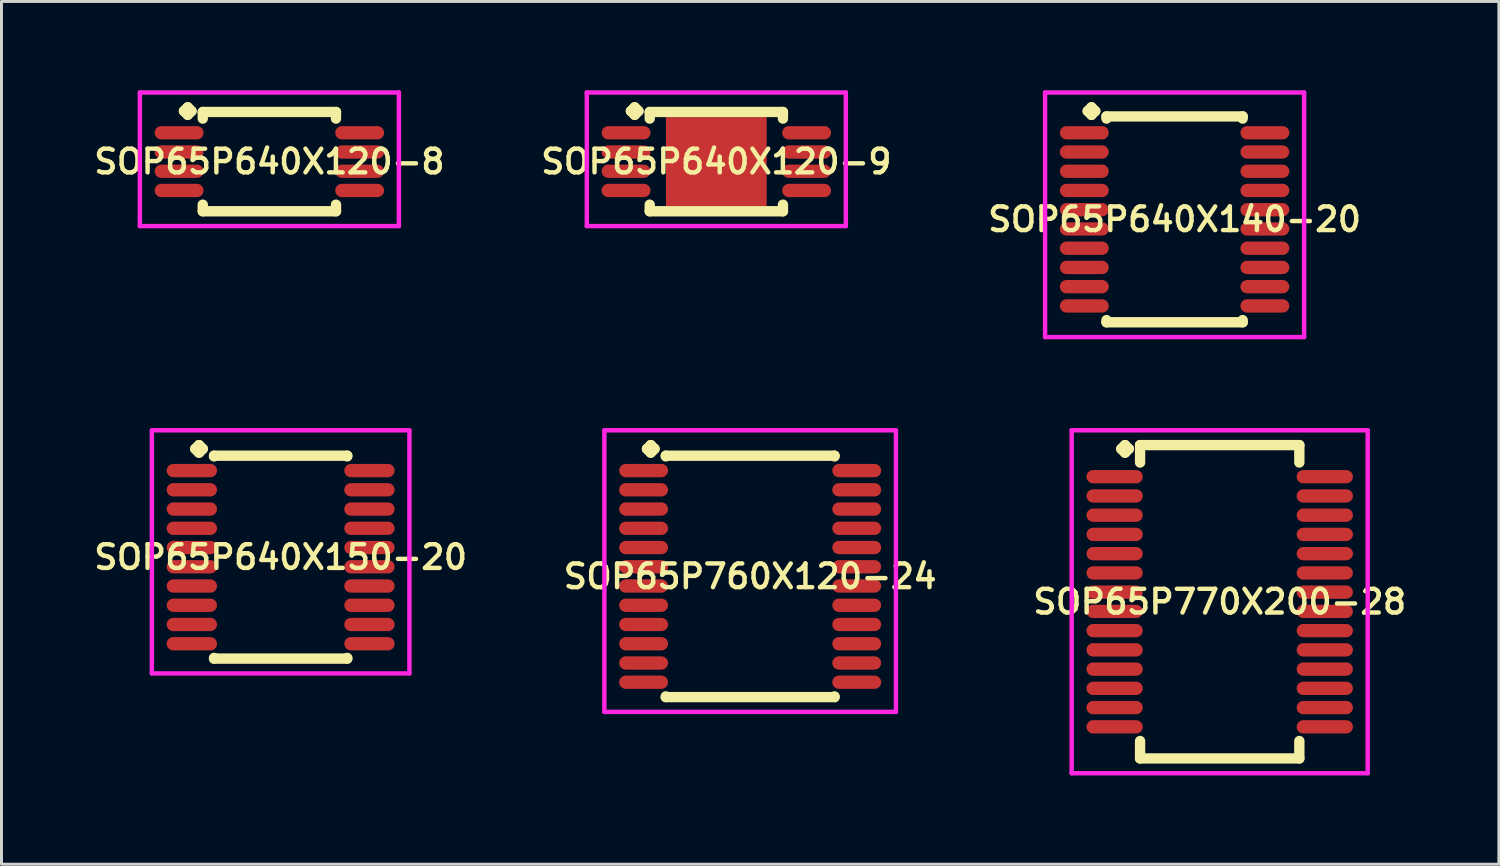
<source format=kicad_pcb>
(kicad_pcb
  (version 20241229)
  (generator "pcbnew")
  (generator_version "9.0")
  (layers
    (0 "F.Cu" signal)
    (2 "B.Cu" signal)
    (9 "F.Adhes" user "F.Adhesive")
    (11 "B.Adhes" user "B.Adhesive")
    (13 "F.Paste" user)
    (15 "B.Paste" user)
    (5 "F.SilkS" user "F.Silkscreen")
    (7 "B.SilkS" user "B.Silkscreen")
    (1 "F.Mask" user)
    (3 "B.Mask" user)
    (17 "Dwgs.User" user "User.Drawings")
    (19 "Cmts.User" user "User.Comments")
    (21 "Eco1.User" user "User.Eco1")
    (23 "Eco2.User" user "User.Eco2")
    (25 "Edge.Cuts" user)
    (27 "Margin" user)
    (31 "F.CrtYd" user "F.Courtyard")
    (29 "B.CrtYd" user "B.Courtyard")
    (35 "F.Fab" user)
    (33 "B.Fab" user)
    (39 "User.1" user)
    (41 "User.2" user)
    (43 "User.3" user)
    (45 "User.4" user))
  (footprint "SOP65P640X120-9"
    (layer "F.Cu")
    (at 21.149 2.41)
    (property "Reference" "SOP65P640X120-9" (at 0 0 0) (layer "F.SilkS") (effects (font (size 0.8 0.8) (thickness 0.15))))
    (attr smd)
    (fp_line (start -2.885 -1.708) (end -2.758 -1.835) (stroke (width 0.35) (type solid)) (layer "F.SilkS"))
    (fp_line (start -2.758 -1.835) (end -2.631 -1.708) (stroke (width 0.35) (type solid)) (layer "F.SilkS"))
    (fp_line (start -2.758 -1.581) (end -2.885 -1.708) (stroke (width 0.35) (type solid)) (layer "F.SilkS"))
    (fp_line (start -2.631 -1.708) (end -2.758 -1.581) (stroke (width 0.35) (type solid)) (layer "F.SilkS"))
    (fp_line (start -2.25 -1.677) (end 2.25 -1.677) (stroke (width 0.35) (type solid)) (layer "F.SilkS"))
    (fp_line (start -2.25 -1.454) (end -2.25 -1.677) (stroke (width 0.35) (type solid)) (layer "F.SilkS"))
    (fp_line (start -2.25 1.454) (end -2.25 1.677) (stroke (width 0.35) (type solid)) (layer "F.SilkS"))
    (fp_line (start -2.25 1.677) (end 2.25 1.677) (stroke (width 0.35) (type solid)) (layer "F.SilkS"))
    (fp_line (start 2.25 -1.677) (end 2.25 -1.454) (stroke (width 0.35) (type solid)) (layer "F.SilkS"))
    (fp_line (start 2.25 1.677) (end 2.25 1.454) (stroke (width 0.35) (type solid)) (layer "F.SilkS"))
    (fp_line (start -4.375 -2.335) (end 4.375 -2.335) (stroke (width 0.15) (type solid)) (layer "F.CrtYd"))
    (fp_line (start -4.375 2.177) (end -4.375 -2.335) (stroke (width 0.15) (type solid)) (layer "F.CrtYd"))
    (fp_line (start 4.375 -2.335) (end 4.375 2.177) (stroke (width 0.15) (type solid)) (layer "F.CrtYd"))
    (fp_line (start 4.375 2.177) (end -4.375 2.177) (stroke (width 0.15) (type solid)) (layer "F.CrtYd"))
    (pad "1" smd oval (at -3.05 -0.975) (size 1.65 0.45) (layers "F.Cu" "F.Mask" "F.Paste"))
    (pad "2" smd oval (at -3.05 -0.325) (size 1.65 0.45) (layers "F.Cu" "F.Mask" "F.Paste"))
    (pad "3" smd oval (at -3.05 0.325) (size 1.65 0.45) (layers "F.Cu" "F.Mask" "F.Paste"))
    (pad "4" smd oval (at -3.05 0.975) (size 1.65 0.45) (layers "F.Cu" "F.Mask" "F.Paste"))
    (pad "5" smd oval (at 3.05 0.975) (size 1.65 0.45) (layers "F.Cu" "F.Mask" "F.Paste"))
    (pad "6" smd oval (at 3.05 0.325) (size 1.65 0.45) (layers "F.Cu" "F.Mask" "F.Paste"))
    (pad "7" smd oval (at 3.05 -0.325) (size 1.65 0.45) (layers "F.Cu" "F.Mask" "F.Paste"))
    (pad "8" smd oval (at 3.05 -0.975) (size 1.65 0.45) (layers "F.Cu" "F.Mask" "F.Paste"))
    (pad "9" smd rect (at 0 0) (size 3.4 3) (layers "F.Cu" "F.Mask" "F.Paste")))
  (footprint "SOP65P640X120-8"
    (layer "F.Cu")
    (at 6.05 2.41)
    (property "Reference" "SOP65P640X120-8" (at 0 0 0) (layer "F.SilkS") (effects (font (size 0.8 0.8) (thickness 0.15))))
    (attr through_hole)
    (fp_line (start -2.885 -1.708) (end -2.758 -1.835) (stroke (width 0.35) (type solid)) (layer "F.SilkS"))
    (fp_line (start -2.758 -1.835) (end -2.631 -1.708) (stroke (width 0.35) (type solid)) (layer "F.SilkS"))
    (fp_line (start -2.758 -1.581) (end -2.885 -1.708) (stroke (width 0.35) (type solid)) (layer "F.SilkS"))
    (fp_line (start -2.631 -1.708) (end -2.758 -1.581) (stroke (width 0.35) (type solid)) (layer "F.SilkS"))
    (fp_line (start -2.25 -1.677) (end 2.25 -1.677) (stroke (width 0.35) (type solid)) (layer "F.SilkS"))
    (fp_line (start -2.25 -1.454) (end -2.25 -1.677) (stroke (width 0.35) (type solid)) (layer "F.SilkS"))
    (fp_line (start -2.25 1.454) (end -2.25 1.677) (stroke (width 0.35) (type solid)) (layer "F.SilkS"))
    (fp_line (start -2.25 1.677) (end 2.25 1.677) (stroke (width 0.35) (type solid)) (layer "F.SilkS"))
    (fp_line (start 2.25 -1.677) (end 2.25 -1.454) (stroke (width 0.35) (type solid)) (layer "F.SilkS"))
    (fp_line (start 2.25 1.677) (end 2.25 1.454) (stroke (width 0.35) (type solid)) (layer "F.SilkS"))
    (fp_line (start -4.375 -2.335) (end 4.375 -2.335) (stroke (width 0.15) (type solid)) (layer "F.CrtYd"))
    (fp_line (start -4.375 2.177) (end -4.375 -2.335) (stroke (width 0.15) (type solid)) (layer "F.CrtYd"))
    (fp_line (start 4.375 -2.335) (end 4.375 2.177) (stroke (width 0.15) (type solid)) (layer "F.CrtYd"))
    (fp_line (start 4.375 2.177) (end -4.375 2.177) (stroke (width 0.15) (type solid)) (layer "F.CrtYd"))
    (pad "1" smd oval (at -3.05 -0.975) (size 1.65 0.45) (layers "F.Cu" "F.Mask" "F.Paste"))
    (pad "2" smd oval (at -3.05 -0.325) (size 1.65 0.45) (layers "F.Cu" "F.Mask" "F.Paste"))
    (pad "3" smd oval (at -3.05 0.325) (size 1.65 0.45) (layers "F.Cu" "F.Mask" "F.Paste"))
    (pad "4" smd oval (at -3.05 0.975) (size 1.65 0.45) (layers "F.Cu" "F.Mask" "F.Paste"))
    (pad "5" smd oval (at 3.05 0.975) (size 1.65 0.45) (layers "F.Cu" "F.Mask" "F.Paste"))
    (pad "6" smd oval (at 3.05 0.325) (size 1.65 0.45) (layers "F.Cu" "F.Mask" "F.Paste"))
    (pad "7" smd oval (at 3.05 -0.325) (size 1.65 0.45) (layers "F.Cu" "F.Mask" "F.Paste"))
    (pad "8" smd oval (at 3.05 -0.975) (size 1.65 0.45) (layers "F.Cu" "F.Mask" "F.Paste")))
  (footprint "SOP65P640X150-20"
    (layer "F.Cu")
    (at 6.431 15.772)
    (property "Reference" "SOP65P640X150-20" (at 0 0 0) (layer "F.SilkS") (effects (font (size 0.8 0.8) (thickness 0.15))))
    (attr through_hole)
    (fp_line (start -2.885 -3.658) (end -2.758 -3.785) (stroke (width 0.35) (type solid)) (layer "F.SilkS"))
    (fp_line (start -2.758 -3.785) (end -2.631 -3.658) (stroke (width 0.35) (type solid)) (layer "F.SilkS"))
    (fp_line (start -2.758 -3.531) (end -2.885 -3.658) (stroke (width 0.35) (type solid)) (layer "F.SilkS"))
    (fp_line (start -2.631 -3.658) (end -2.758 -3.531) (stroke (width 0.35) (type solid)) (layer "F.SilkS"))
    (fp_line (start -2.25 -3.427) (end 2.25 -3.427) (stroke (width 0.35) (type solid)) (layer "F.SilkS"))
    (fp_line (start -2.25 -3.404) (end -2.25 -3.427) (stroke (width 0.35) (type solid)) (layer "F.SilkS"))
    (fp_line (start -2.25 3.404) (end -2.25 3.427) (stroke (width 0.35) (type solid)) (layer "F.SilkS"))
    (fp_line (start -2.25 3.427) (end 2.25 3.427) (stroke (width 0.35) (type solid)) (layer "F.SilkS"))
    (fp_line (start 2.25 -3.427) (end 2.25 -3.404) (stroke (width 0.35) (type solid)) (layer "F.SilkS"))
    (fp_line (start 2.25 3.427) (end 2.25 3.404) (stroke (width 0.35) (type solid)) (layer "F.SilkS"))
    (fp_line (start -4.35 -4.285) (end 4.35 -4.285) (stroke (width 0.15) (type solid)) (layer "F.CrtYd"))
    (fp_line (start -4.35 3.927) (end -4.35 -4.285) (stroke (width 0.15) (type solid)) (layer "F.CrtYd"))
    (fp_line (start 4.35 -4.285) (end 4.35 3.927) (stroke (width 0.15) (type solid)) (layer "F.CrtYd"))
    (fp_line (start 4.35 3.927) (end -4.35 3.927) (stroke (width 0.15) (type solid)) (layer "F.CrtYd"))
    (pad "1" smd oval (at -3 -2.925) (size 1.7 0.45) (layers "F.Cu" "F.Mask" "F.Paste"))
    (pad "2" smd oval (at -3 -2.275) (size 1.7 0.45) (layers "F.Cu" "F.Mask" "F.Paste"))
    (pad "3" smd oval (at -3 -1.625) (size 1.7 0.45) (layers "F.Cu" "F.Mask" "F.Paste"))
    (pad "4" smd oval (at -3 -0.975) (size 1.7 0.45) (layers "F.Cu" "F.Mask" "F.Paste"))
    (pad "5" smd oval (at -3 -0.325) (size 1.7 0.45) (layers "F.Cu" "F.Mask" "F.Paste"))
    (pad "6" smd oval (at -3 0.325) (size 1.7 0.45) (layers "F.Cu" "F.Mask" "F.Paste"))
    (pad "7" smd oval (at -3 0.975) (size 1.7 0.45) (layers "F.Cu" "F.Mask" "F.Paste"))
    (pad "8" smd oval (at -3 1.625) (size 1.7 0.45) (layers "F.Cu" "F.Mask" "F.Paste"))
    (pad "9" smd oval (at -3 2.275) (size 1.7 0.45) (layers "F.Cu" "F.Mask" "F.Paste"))
    (pad "10" smd oval (at -3 2.925) (size 1.7 0.45) (layers "F.Cu" "F.Mask" "F.Paste"))
    (pad "11" smd oval (at 3 2.925) (size 1.7 0.45) (layers "F.Cu" "F.Mask" "F.Paste"))
    (pad "12" smd oval (at 3 2.275) (size 1.7 0.45) (layers "F.Cu" "F.Mask" "F.Paste"))
    (pad "13" smd oval (at 3 1.625) (size 1.7 0.45) (layers "F.Cu" "F.Mask" "F.Paste"))
    (pad "14" smd oval (at 3 0.975) (size 1.7 0.45) (layers "F.Cu" "F.Mask" "F.Paste"))
    (pad "15" smd oval (at 3 0.325) (size 1.7 0.45) (layers "F.Cu" "F.Mask" "F.Paste"))
    (pad "16" smd oval (at 3 -0.325) (size 1.7 0.45) (layers "F.Cu" "F.Mask" "F.Paste"))
    (pad "17" smd oval (at 3 -0.975) (size 1.7 0.45) (layers "F.Cu" "F.Mask" "F.Paste"))
    (pad "18" smd oval (at 3 -1.625) (size 1.7 0.45) (layers "F.Cu" "F.Mask" "F.Paste"))
    (pad "19" smd oval (at 3 -2.275) (size 1.7 0.45) (layers "F.Cu" "F.Mask" "F.Paste"))
    (pad "20" smd oval (at 3 -2.925) (size 1.7 0.45) (layers "F.Cu" "F.Mask" "F.Paste")))
  (footprint "SOP65P760X120-24"
    (layer "F.Cu")
    (at 22.292 16.422)
    (property "Reference" "SOP65P760X120-24" (at 0 0 0) (layer "F.SilkS") (effects (font (size 0.8 0.8) (thickness 0.15))))
    (attr smd)
    (fp_line (start -3.485 -4.308) (end -3.358 -4.435) (stroke (width 0.35) (type solid)) (layer "F.SilkS"))
    (fp_line (start -3.358 -4.435) (end -3.231 -4.308) (stroke (width 0.35) (type solid)) (layer "F.SilkS"))
    (fp_line (start -3.358 -4.181) (end -3.485 -4.308) (stroke (width 0.35) (type solid)) (layer "F.SilkS"))
    (fp_line (start -3.231 -4.308) (end -3.358 -4.181) (stroke (width 0.35) (type solid)) (layer "F.SilkS"))
    (fp_line (start -2.85 -4.077) (end 2.85 -4.077) (stroke (width 0.35) (type solid)) (layer "F.SilkS"))
    (fp_line (start -2.85 -4.054) (end -2.85 -4.077) (stroke (width 0.35) (type solid)) (layer "F.SilkS"))
    (fp_line (start -2.85 4.054) (end -2.85 4.077) (stroke (width 0.35) (type solid)) (layer "F.SilkS"))
    (fp_line (start -2.85 4.077) (end 2.85 4.077) (stroke (width 0.35) (type solid)) (layer "F.SilkS"))
    (fp_line (start 2.85 -4.077) (end 2.85 -4.054) (stroke (width 0.35) (type solid)) (layer "F.SilkS"))
    (fp_line (start 2.85 4.077) (end 2.85 4.054) (stroke (width 0.35) (type solid)) (layer "F.SilkS"))
    (fp_line (start -4.925 -4.935) (end 4.925 -4.935) (stroke (width 0.15) (type solid)) (layer "F.CrtYd"))
    (fp_line (start -4.925 4.577) (end -4.925 -4.935) (stroke (width 0.15) (type solid)) (layer "F.CrtYd"))
    (fp_line (start 4.925 -4.935) (end 4.925 4.577) (stroke (width 0.15) (type solid)) (layer "F.CrtYd"))
    (fp_line (start 4.925 4.577) (end -4.925 4.577) (stroke (width 0.15) (type solid)) (layer "F.CrtYd"))
    (pad "1" smd oval (at -3.6 -3.575) (size 1.65 0.45) (layers "F.Cu" "F.Mask" "F.Paste"))
    (pad "2" smd oval (at -3.6 -2.925) (size 1.65 0.45) (layers "F.Cu" "F.Mask" "F.Paste"))
    (pad "3" smd oval (at -3.6 -2.275) (size 1.65 0.45) (layers "F.Cu" "F.Mask" "F.Paste"))
    (pad "4" smd oval (at -3.6 -1.625) (size 1.65 0.45) (layers "F.Cu" "F.Mask" "F.Paste"))
    (pad "5" smd oval (at -3.6 -0.975) (size 1.65 0.45) (layers "F.Cu" "F.Mask" "F.Paste"))
    (pad "6" smd oval (at -3.6 -0.325) (size 1.65 0.45) (layers "F.Cu" "F.Mask" "F.Paste"))
    (pad "7" smd oval (at -3.6 0.325) (size 1.65 0.45) (layers "F.Cu" "F.Mask" "F.Paste"))
    (pad "8" smd oval (at -3.6 0.975) (size 1.65 0.45) (layers "F.Cu" "F.Mask" "F.Paste"))
    (pad "9" smd oval (at -3.6 1.625) (size 1.65 0.45) (layers "F.Cu" "F.Mask" "F.Paste"))
    (pad "10" smd oval (at -3.6 2.275) (size 1.65 0.45) (layers "F.Cu" "F.Mask" "F.Paste"))
    (pad "11" smd oval (at -3.6 2.925) (size 1.65 0.45) (layers "F.Cu" "F.Mask" "F.Paste"))
    (pad "12" smd oval (at -3.6 3.575) (size 1.65 0.45) (layers "F.Cu" "F.Mask" "F.Paste"))
    (pad "13" smd oval (at 3.6 3.575) (size 1.65 0.45) (layers "F.Cu" "F.Mask" "F.Paste"))
    (pad "14" smd oval (at 3.6 2.925) (size 1.65 0.45) (layers "F.Cu" "F.Mask" "F.Paste"))
    (pad "15" smd oval (at 3.6 2.275) (size 1.65 0.45) (layers "F.Cu" "F.Mask" "F.Paste"))
    (pad "16" smd oval (at 3.6 1.625) (size 1.65 0.45) (layers "F.Cu" "F.Mask" "F.Paste"))
    (pad "17" smd oval (at 3.6 0.975) (size 1.65 0.45) (layers "F.Cu" "F.Mask" "F.Paste"))
    (pad "18" smd oval (at 3.6 0.325) (size 1.65 0.45) (layers "F.Cu" "F.Mask" "F.Paste"))
    (pad "19" smd oval (at 3.6 -0.325) (size 1.65 0.45) (layers "F.Cu" "F.Mask" "F.Paste"))
    (pad "20" smd oval (at 3.6 -0.975) (size 1.65 0.45) (layers "F.Cu" "F.Mask" "F.Paste"))
    (pad "21" smd oval (at 3.6 -1.625) (size 1.65 0.45) (layers "F.Cu" "F.Mask" "F.Paste"))
    (pad "22" smd oval (at 3.6 -2.275) (size 1.65 0.45) (layers "F.Cu" "F.Mask" "F.Paste"))
    (pad "23" smd oval (at 3.6 -2.925) (size 1.65 0.45) (layers "F.Cu" "F.Mask" "F.Paste"))
    (pad "24" smd oval (at 3.6 -3.575) (size 1.65 0.45) (layers "F.Cu" "F.Mask" "F.Paste")))
  (footprint "SOP65P770X200-28"
    (layer "F.Cu")
    (at 38.154 17.279)
    (property "Reference" "SOP65P770X200-28" (at 0 0 0) (layer "F.SilkS") (effects (font (size 0.8 0.8) (thickness 0.15))))
    (attr through_hole)
    (fp_line (start -3.325 -5.165) (end -3.198 -5.292) (stroke (width 0.35) (type solid)) (layer "F.SilkS"))
    (fp_line (start -3.198 -5.292) (end -3.071 -5.165) (stroke (width 0.35) (type solid)) (layer "F.SilkS"))
    (fp_line (start -3.198 -5.038) (end -3.325 -5.165) (stroke (width 0.35) (type solid)) (layer "F.SilkS"))
    (fp_line (start -3.071 -5.165) (end -3.198 -5.038) (stroke (width 0.35) (type solid)) (layer "F.SilkS"))
    (fp_line (start -2.69 -5.292) (end 2.69 -5.292) (stroke (width 0.35) (type solid)) (layer "F.SilkS"))
    (fp_line (start -2.69 -4.704) (end -2.69 -5.292) (stroke (width 0.35) (type solid)) (layer "F.SilkS"))
    (fp_line (start -2.69 4.704) (end -2.69 5.292) (stroke (width 0.35) (type solid)) (layer "F.SilkS"))
    (fp_line (start -2.69 5.292) (end 2.69 5.292) (stroke (width 0.35) (type solid)) (layer "F.SilkS"))
    (fp_line (start 2.69 -5.292) (end 2.69 -4.704) (stroke (width 0.35) (type solid)) (layer "F.SilkS"))
    (fp_line (start 2.69 5.292) (end 2.69 4.704) (stroke (width 0.35) (type solid)) (layer "F.SilkS"))
    (fp_line (start -5 -5.792) (end 5 -5.792) (stroke (width 0.15) (type solid)) (layer "F.CrtYd"))
    (fp_line (start -5 5.792) (end -5 -5.792) (stroke (width 0.15) (type solid)) (layer "F.CrtYd"))
    (fp_line (start 5 -5.792) (end 5 5.792) (stroke (width 0.15) (type solid)) (layer "F.CrtYd"))
    (fp_line (start 5 5.792) (end -5 5.792) (stroke (width 0.15) (type solid)) (layer "F.CrtYd"))
    (pad "1" smd oval (at -3.55 -4.225) (size 1.9 0.45) (layers "F.Cu" "F.Mask" "F.Paste"))
    (pad "2" smd oval (at -3.55 -3.575) (size 1.9 0.45) (layers "F.Cu" "F.Mask" "F.Paste"))
    (pad "3" smd oval (at -3.55 -2.925) (size 1.9 0.45) (layers "F.Cu" "F.Mask" "F.Paste"))
    (pad "4" smd oval (at -3.55 -2.275) (size 1.9 0.45) (layers "F.Cu" "F.Mask" "F.Paste"))
    (pad "5" smd oval (at -3.55 -1.625) (size 1.9 0.45) (layers "F.Cu" "F.Mask" "F.Paste"))
    (pad "6" smd oval (at -3.55 -0.975) (size 1.9 0.45) (layers "F.Cu" "F.Mask" "F.Paste"))
    (pad "7" smd oval (at -3.55 -0.325) (size 1.9 0.45) (layers "F.Cu" "F.Mask" "F.Paste"))
    (pad "8" smd oval (at -3.55 0.325) (size 1.9 0.45) (layers "F.Cu" "F.Mask" "F.Paste"))
    (pad "9" smd oval (at -3.55 0.975) (size 1.9 0.45) (layers "F.Cu" "F.Mask" "F.Paste"))
    (pad "10" smd oval (at -3.55 1.625) (size 1.9 0.45) (layers "F.Cu" "F.Mask" "F.Paste"))
    (pad "11" smd oval (at -3.55 2.275) (size 1.9 0.45) (layers "F.Cu" "F.Mask" "F.Paste"))
    (pad "12" smd oval (at -3.55 2.925) (size 1.9 0.45) (layers "F.Cu" "F.Mask" "F.Paste"))
    (pad "13" smd oval (at -3.55 3.575) (size 1.9 0.45) (layers "F.Cu" "F.Mask" "F.Paste"))
    (pad "14" smd oval (at -3.55 4.225) (size 1.9 0.45) (layers "F.Cu" "F.Mask" "F.Paste"))
    (pad "15" smd oval (at 3.55 4.225) (size 1.9 0.45) (layers "F.Cu" "F.Mask" "F.Paste"))
    (pad "16" smd oval (at 3.55 3.575) (size 1.9 0.45) (layers "F.Cu" "F.Mask" "F.Paste"))
    (pad "17" smd oval (at 3.55 2.925) (size 1.9 0.45) (layers "F.Cu" "F.Mask" "F.Paste"))
    (pad "18" smd oval (at 3.55 2.275) (size 1.9 0.45) (layers "F.Cu" "F.Mask" "F.Paste"))
    (pad "19" smd oval (at 3.55 1.625) (size 1.9 0.45) (layers "F.Cu" "F.Mask" "F.Paste"))
    (pad "20" smd oval (at 3.55 0.975) (size 1.9 0.45) (layers "F.Cu" "F.Mask" "F.Paste"))
    (pad "21" smd oval (at 3.55 0.325) (size 1.9 0.45) (layers "F.Cu" "F.Mask" "F.Paste"))
    (pad "22" smd oval (at 3.55 -0.325) (size 1.9 0.45) (layers "F.Cu" "F.Mask" "F.Paste"))
    (pad "23" smd oval (at 3.55 -0.975) (size 1.9 0.45) (layers "F.Cu" "F.Mask" "F.Paste"))
    (pad "24" smd oval (at 3.55 -1.625) (size 1.9 0.45) (layers "F.Cu" "F.Mask" "F.Paste"))
    (pad "25" smd oval (at 3.55 -2.275) (size 1.9 0.45) (layers "F.Cu" "F.Mask" "F.Paste"))
    (pad "26" smd oval (at 3.55 -2.925) (size 1.9 0.45) (layers "F.Cu" "F.Mask" "F.Paste"))
    (pad "27" smd oval (at 3.55 -3.575) (size 1.9 0.45) (layers "F.Cu" "F.Mask" "F.Paste"))
    (pad "28" smd oval (at 3.55 -4.225) (size 1.9 0.45) (layers "F.Cu" "F.Mask" "F.Paste")))
  (footprint "SOP65P640X140-20"
    (layer "F.Cu")
    (at 36.63 4.36)
    (property "Reference" "SOP65P640X140-20" (at 0 0 0) (layer "F.SilkS") (effects (font (size 0.8 0.8) (thickness 0.15))))
    (attr through_hole)
    (fp_line (start -2.935 -3.658) (end -2.808 -3.785) (stroke (width 0.35) (type solid)) (layer "F.SilkS"))
    (fp_line (start -2.808 -3.785) (end -2.681 -3.658) (stroke (width 0.35) (type solid)) (layer "F.SilkS"))
    (fp_line (start -2.808 -3.531) (end -2.935 -3.658) (stroke (width 0.35) (type solid)) (layer "F.SilkS"))
    (fp_line (start -2.681 -3.658) (end -2.808 -3.531) (stroke (width 0.35) (type solid)) (layer "F.SilkS"))
    (fp_line (start -2.3 -3.477) (end 2.3 -3.477) (stroke (width 0.35) (type solid)) (layer "F.SilkS"))
    (fp_line (start -2.3 -3.404) (end -2.3 -3.477) (stroke (width 0.35) (type solid)) (layer "F.SilkS"))
    (fp_line (start -2.3 3.404) (end -2.3 3.477) (stroke (width 0.35) (type solid)) (layer "F.SilkS"))
    (fp_line (start -2.3 3.477) (end 2.3 3.477) (stroke (width 0.35) (type solid)) (layer "F.SilkS"))
    (fp_line (start 2.3 -3.477) (end 2.3 -3.404) (stroke (width 0.35) (type solid)) (layer "F.SilkS"))
    (fp_line (start 2.3 3.477) (end 2.3 3.404) (stroke (width 0.35) (type solid)) (layer "F.SilkS"))
    (fp_line (start -4.375 -4.285) (end 4.375 -4.285) (stroke (width 0.15) (type solid)) (layer "F.CrtYd"))
    (fp_line (start -4.375 3.977) (end -4.375 -4.285) (stroke (width 0.15) (type solid)) (layer "F.CrtYd"))
    (fp_line (start 4.375 -4.285) (end 4.375 3.977) (stroke (width 0.15) (type solid)) (layer "F.CrtYd"))
    (fp_line (start 4.375 3.977) (end -4.375 3.977) (stroke (width 0.15) (type solid)) (layer "F.CrtYd"))
    (pad "1" smd oval (at -3.05 -2.925) (size 1.65 0.45) (layers "F.Cu" "F.Mask" "F.Paste"))
    (pad "2" smd oval (at -3.05 -2.275) (size 1.65 0.45) (layers "F.Cu" "F.Mask" "F.Paste"))
    (pad "3" smd oval (at -3.05 -1.625) (size 1.65 0.45) (layers "F.Cu" "F.Mask" "F.Paste"))
    (pad "4" smd oval (at -3.05 -0.975) (size 1.65 0.45) (layers "F.Cu" "F.Mask" "F.Paste"))
    (pad "5" smd oval (at -3.05 -0.325) (size 1.65 0.45) (layers "F.Cu" "F.Mask" "F.Paste"))
    (pad "6" smd oval (at -3.05 0.325) (size 1.65 0.45) (layers "F.Cu" "F.Mask" "F.Paste"))
    (pad "7" smd oval (at -3.05 0.975) (size 1.65 0.45) (layers "F.Cu" "F.Mask" "F.Paste"))
    (pad "8" smd oval (at -3.05 1.625) (size 1.65 0.45) (layers "F.Cu" "F.Mask" "F.Paste"))
    (pad "9" smd oval (at -3.05 2.275) (size 1.65 0.45) (layers "F.Cu" "F.Mask" "F.Paste"))
    (pad "10" smd oval (at -3.05 2.925) (size 1.65 0.45) (layers "F.Cu" "F.Mask" "F.Paste"))
    (pad "11" smd oval (at 3.05 2.925) (size 1.65 0.45) (layers "F.Cu" "F.Mask" "F.Paste"))
    (pad "12" smd oval (at 3.05 2.275) (size 1.65 0.45) (layers "F.Cu" "F.Mask" "F.Paste"))
    (pad "13" smd oval (at 3.05 1.625) (size 1.65 0.45) (layers "F.Cu" "F.Mask" "F.Paste"))
    (pad "14" smd oval (at 3.05 0.975) (size 1.65 0.45) (layers "F.Cu" "F.Mask" "F.Paste"))
    (pad "15" smd oval (at 3.05 0.325) (size 1.65 0.45) (layers "F.Cu" "F.Mask" "F.Paste"))
    (pad "16" smd oval (at 3.05 -0.325) (size 1.65 0.45) (layers "F.Cu" "F.Mask" "F.Paste"))
    (pad "17" smd oval (at 3.05 -0.975) (size 1.65 0.45) (layers "F.Cu" "F.Mask" "F.Paste"))
    (pad "18" smd oval (at 3.05 -1.625) (size 1.65 0.45) (layers "F.Cu" "F.Mask" "F.Paste"))
    (pad "19" smd oval (at 3.05 -2.275) (size 1.65 0.45) (layers "F.Cu" "F.Mask" "F.Paste"))
    (pad "20" smd oval (at 3.05 -2.925) (size 1.65 0.45) (layers "F.Cu" "F.Mask" "F.Paste")))
  (gr_rect
    (start -3 -3)
    (end 47.584 26.146)
    (stroke (width 0.1) (type default))
    (fill no)
    (layer "Edge.Cuts")))
</source>
